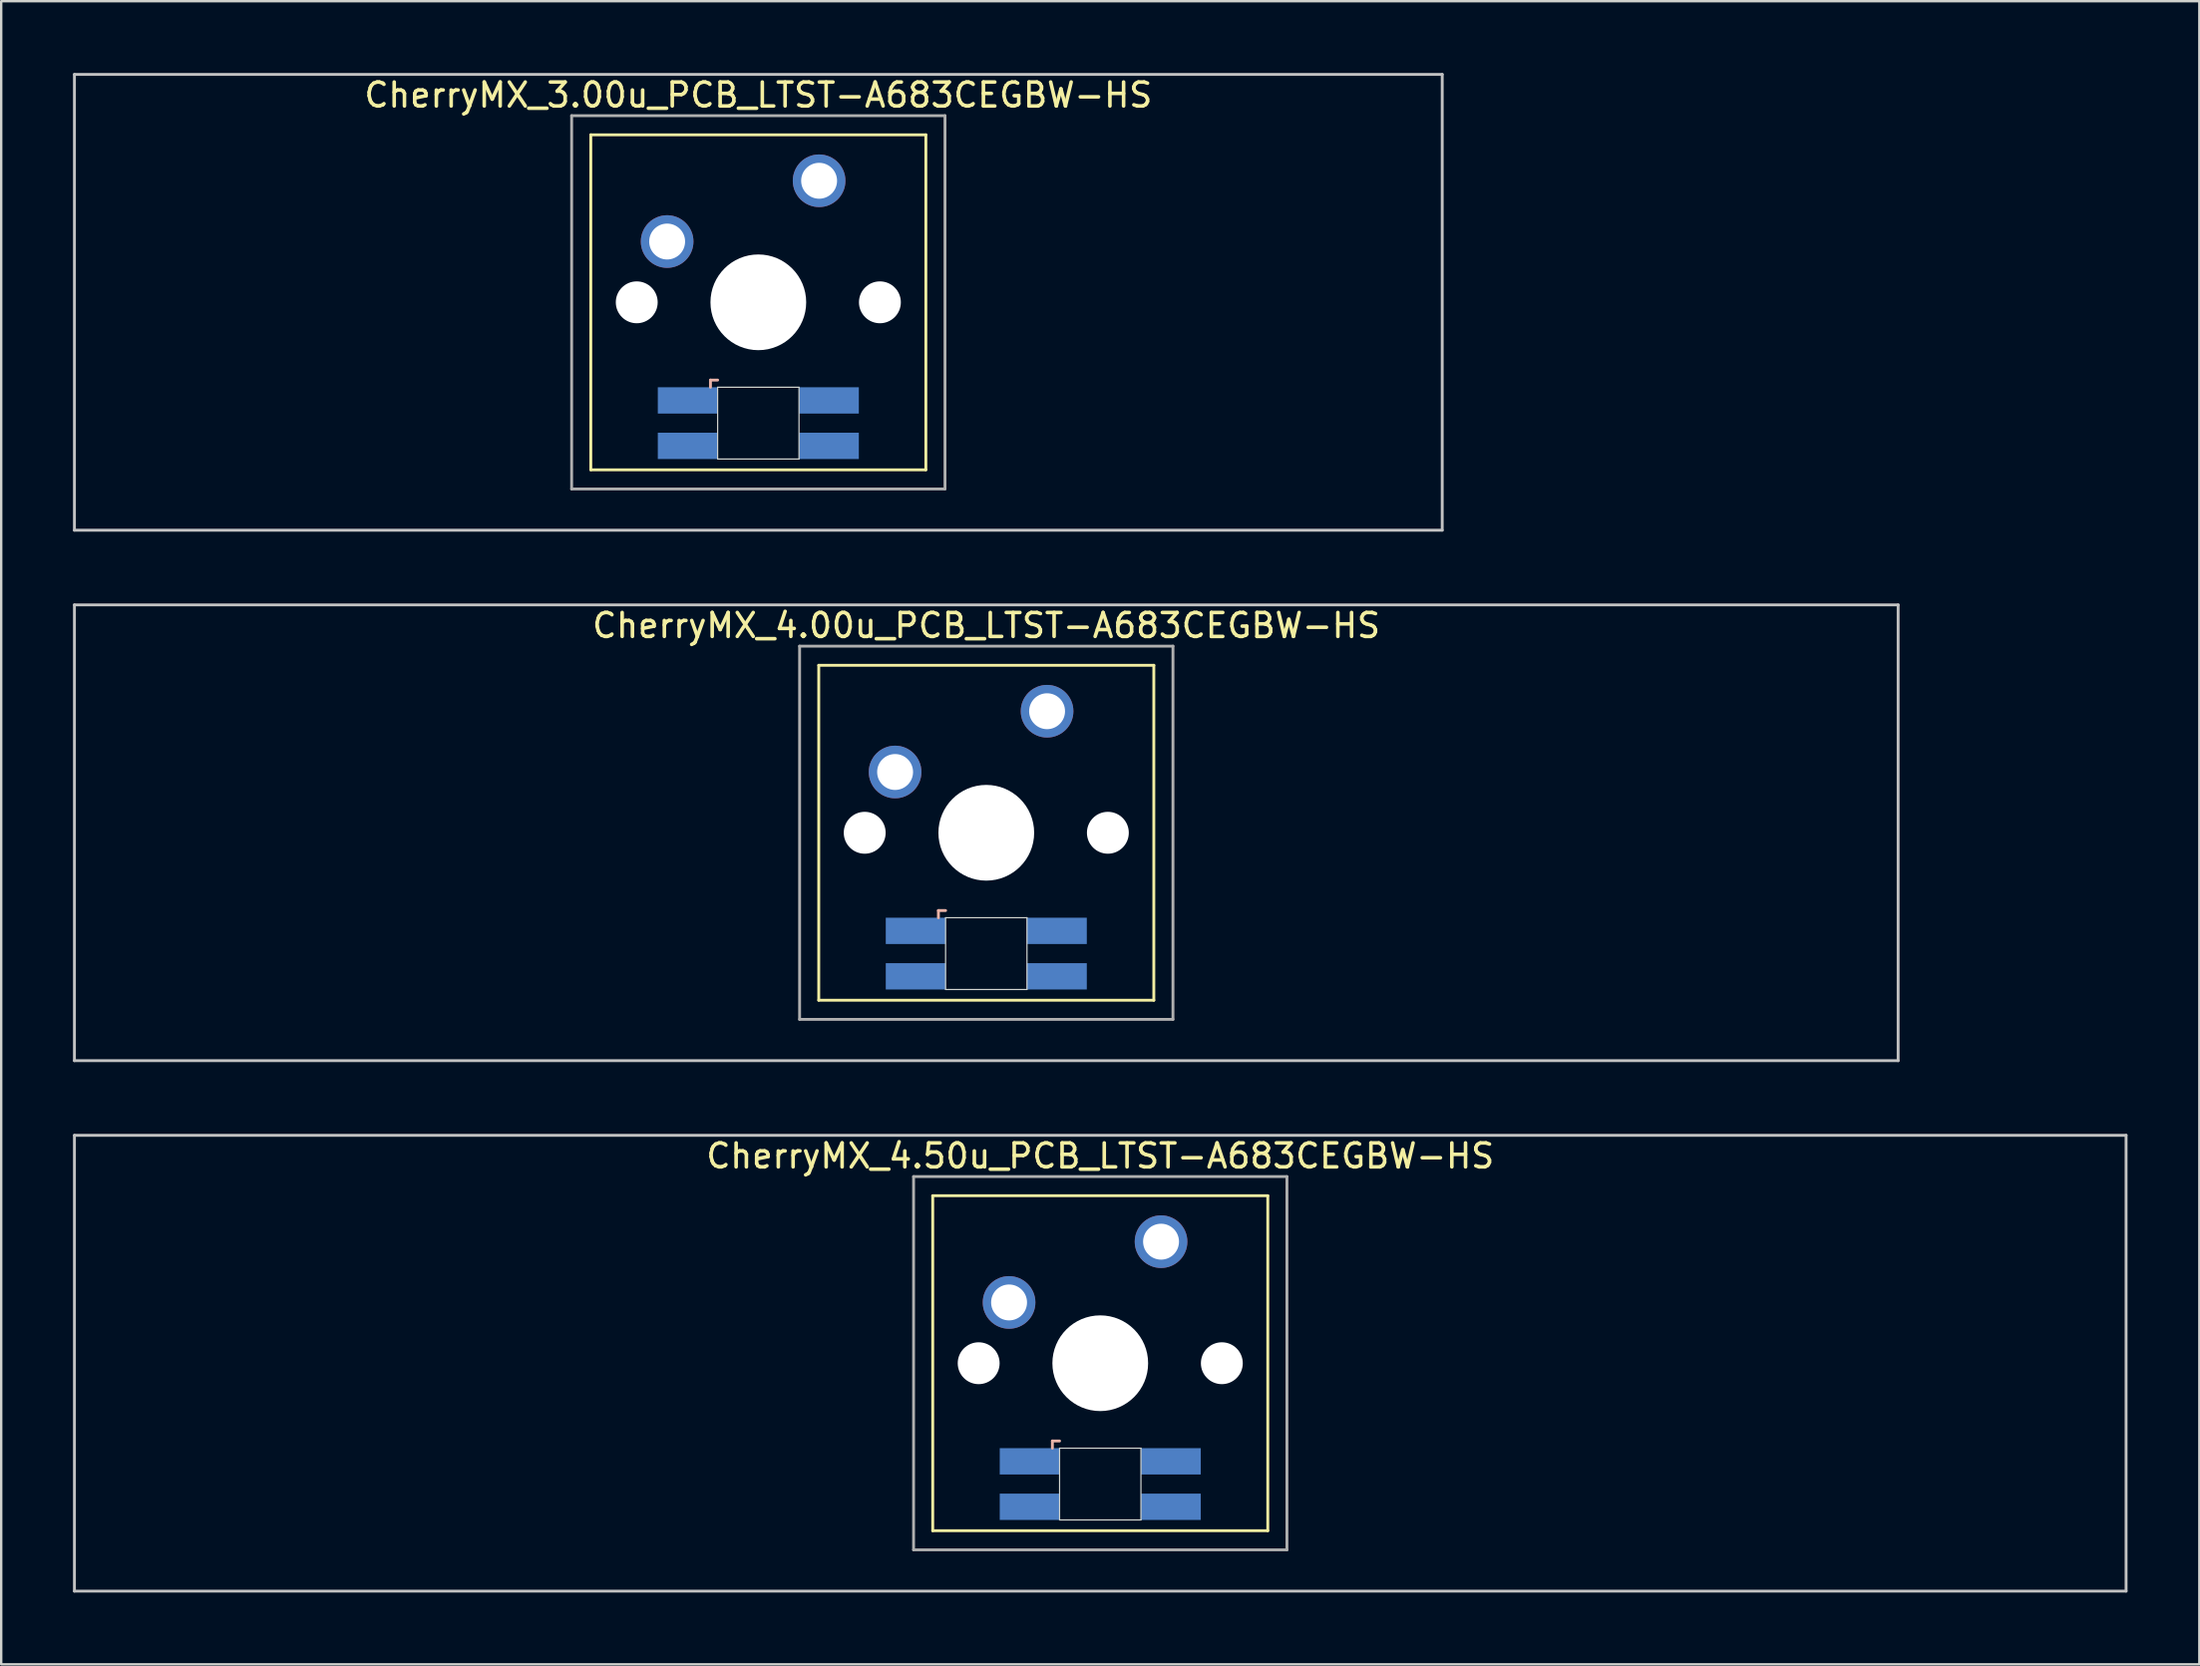
<source format=kicad_pcb>
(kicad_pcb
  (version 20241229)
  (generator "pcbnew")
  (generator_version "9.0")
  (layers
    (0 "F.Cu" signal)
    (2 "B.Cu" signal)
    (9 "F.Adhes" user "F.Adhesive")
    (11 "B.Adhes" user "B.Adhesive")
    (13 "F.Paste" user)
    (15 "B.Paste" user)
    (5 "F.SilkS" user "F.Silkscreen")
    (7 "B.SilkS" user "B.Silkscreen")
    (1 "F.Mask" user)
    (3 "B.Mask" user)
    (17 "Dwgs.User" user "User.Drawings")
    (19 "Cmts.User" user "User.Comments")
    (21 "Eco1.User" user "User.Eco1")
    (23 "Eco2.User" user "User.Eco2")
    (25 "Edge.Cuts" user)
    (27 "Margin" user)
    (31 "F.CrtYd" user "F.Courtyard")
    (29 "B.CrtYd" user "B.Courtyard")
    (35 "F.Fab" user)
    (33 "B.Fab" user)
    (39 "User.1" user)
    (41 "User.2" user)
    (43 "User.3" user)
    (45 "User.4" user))
  (footprint "CherryMX_4.50u_PCB_LTST-A683CEGBW-HS"
    (layer "F.Cu")
    (at 42.922 53.925)
    (property "Reference" "CherryMX_4.50u_PCB_LTST-A683CEGBW-HS" (at 0 -8.662 0) (layer "F.SilkS") (effects (font (size 1 1) (thickness 0.15))))
    (attr through_hole)
    (fp_line (start -7 -7) (end -7 7) (stroke (width 0.12) (type solid)) (layer "F.SilkS"))
    (fp_line (start -7 -7) (end 7 -7) (stroke (width 0.12) (type solid)) (layer "F.SilkS"))
    (fp_line (start 7 -7) (end 7 7) (stroke (width 0.12) (type solid)) (layer "F.SilkS"))
    (fp_line (start 7 7) (end -7 7) (stroke (width 0.12) (type solid)) (layer "F.SilkS"))
    (fp_line (start -2 3.25) (end -2 3.55) (stroke (width 0.12) (type solid)) (layer "B.SilkS"))
    (fp_line (start -1.7 3.25) (end -2 3.25) (stroke (width 0.12) (type solid)) (layer "B.SilkS"))
    (fp_line (start -42.862 -9.525) (end 42.862 -9.525) (stroke (width 0.12) (type solid)) (layer "Dwgs.User"))
    (fp_line (start -42.862 9.525) (end -42.862 -9.525) (stroke (width 0.12) (type solid)) (layer "Dwgs.User"))
    (fp_line (start 42.862 -9.525) (end 42.862 9.525) (stroke (width 0.12) (type solid)) (layer "Dwgs.User"))
    (fp_line (start 42.862 9.525) (end -42.862 9.525) (stroke (width 0.12) (type solid)) (layer "Dwgs.User"))
    (fp_line (start -1.7 3.55) (end 1.7 3.55) (stroke (width 0.05) (type solid)) (layer "Edge.Cuts"))
    (fp_line (start -1.7 6.55) (end -1.7 3.55) (stroke (width 0.05) (type solid)) (layer "Edge.Cuts"))
    (fp_line (start 1.7 3.55) (end 1.7 6.55) (stroke (width 0.05) (type solid)) (layer "Edge.Cuts"))
    (fp_line (start 1.7 6.55) (end -1.7 6.55) (stroke (width 0.05) (type solid)) (layer "Edge.Cuts"))
    (fp_line (start -7.8 -7.8) (end -7.8 7.8) (stroke (width 0.12) (type solid)) (layer "F.Fab"))
    (fp_line (start -7.8 -7.8) (end 7.8 -7.8) (stroke (width 0.12) (type solid)) (layer "F.Fab"))
    (fp_line (start -7.8 7.8) (end 7.8 7.8) (stroke (width 0.12) (type solid)) (layer "F.Fab"))
    (fp_line (start 7.8 -7.8) (end 7.8 7.8) (stroke (width 0.12) (type solid)) (layer "F.Fab"))
    (pad "" np_thru_hole circle (at -5.08 0) (size 1.75 1.75) (drill 1.75) (layers "*.Cu" "*.Mask"))
    (pad "" np_thru_hole circle (at 0 0) (size 4 4) (drill 4) (layers "*.Cu" "*.Mask"))
    (pad "" np_thru_hole circle (at 5.08 0) (size 1.75 1.75) (drill 1.75) (layers "*.Cu" "*.Mask"))
    (pad "1" thru_hole circle (at -3.81 -2.54) (size 2.2 2.2) (drill 1.5) (layers "*.Cu" "*.Mask"))
    (pad "2" thru_hole circle (at 2.54 -5.08) (size 2.2 2.2) (drill 1.5) (layers "*.Cu" "*.Mask"))
    (pad "3" smd rect (at -2.95 4.1) (size 2.5 1.1) (layers "B.Cu" "B.Mask" "B.Paste"))
    (pad "4" smd rect (at -2.95 6) (size 2.5 1.1) (layers "B.Cu" "B.Mask" "B.Paste"))
    (pad "5" smd rect (at 2.95 4.1) (size 2.5 1.1) (layers "B.Cu" "B.Mask" "B.Paste"))
    (pad "6" smd rect (at 2.95 6) (size 2.5 1.1) (layers "B.Cu" "B.Mask" "B.Paste")))
  (footprint "CherryMX_4.00u_PCB_LTST-A683CEGBW-HS"
    (layer "F.Cu")
    (at 38.16 31.755)
    (property "Reference" "CherryMX_4.00u_PCB_LTST-A683CEGBW-HS" (at 0 -8.662 0) (layer "F.SilkS") (effects (font (size 1 1) (thickness 0.15))))
    (attr through_hole)
    (fp_line (start -7 -7) (end -7 7) (stroke (width 0.12) (type solid)) (layer "F.SilkS"))
    (fp_line (start -7 -7) (end 7 -7) (stroke (width 0.12) (type solid)) (layer "F.SilkS"))
    (fp_line (start 7 -7) (end 7 7) (stroke (width 0.12) (type solid)) (layer "F.SilkS"))
    (fp_line (start 7 7) (end -7 7) (stroke (width 0.12) (type solid)) (layer "F.SilkS"))
    (fp_line (start -2 3.25) (end -2 3.55) (stroke (width 0.12) (type solid)) (layer "B.SilkS"))
    (fp_line (start -1.7 3.25) (end -2 3.25) (stroke (width 0.12) (type solid)) (layer "B.SilkS"))
    (fp_line (start -38.1 -9.525) (end 38.1 -9.525) (stroke (width 0.12) (type solid)) (layer "Dwgs.User"))
    (fp_line (start -38.1 9.525) (end -38.1 -9.525) (stroke (width 0.12) (type solid)) (layer "Dwgs.User"))
    (fp_line (start 38.1 -9.525) (end 38.1 9.525) (stroke (width 0.12) (type solid)) (layer "Dwgs.User"))
    (fp_line (start 38.1 9.525) (end -38.1 9.525) (stroke (width 0.12) (type solid)) (layer "Dwgs.User"))
    (fp_line (start -1.7 3.55) (end 1.7 3.55) (stroke (width 0.05) (type solid)) (layer "Edge.Cuts"))
    (fp_line (start -1.7 6.55) (end -1.7 3.55) (stroke (width 0.05) (type solid)) (layer "Edge.Cuts"))
    (fp_line (start 1.7 3.55) (end 1.7 6.55) (stroke (width 0.05) (type solid)) (layer "Edge.Cuts"))
    (fp_line (start 1.7 6.55) (end -1.7 6.55) (stroke (width 0.05) (type solid)) (layer "Edge.Cuts"))
    (fp_line (start -7.8 -7.8) (end -7.8 7.8) (stroke (width 0.12) (type solid)) (layer "F.Fab"))
    (fp_line (start -7.8 -7.8) (end 7.8 -7.8) (stroke (width 0.12) (type solid)) (layer "F.Fab"))
    (fp_line (start -7.8 7.8) (end 7.8 7.8) (stroke (width 0.12) (type solid)) (layer "F.Fab"))
    (fp_line (start 7.8 -7.8) (end 7.8 7.8) (stroke (width 0.12) (type solid)) (layer "F.Fab"))
    (pad "" np_thru_hole circle (at -5.08 0) (size 1.75 1.75) (drill 1.75) (layers "*.Cu" "*.Mask"))
    (pad "" np_thru_hole circle (at 0 0) (size 4 4) (drill 4) (layers "*.Cu" "*.Mask"))
    (pad "" np_thru_hole circle (at 5.08 0) (size 1.75 1.75) (drill 1.75) (layers "*.Cu" "*.Mask"))
    (pad "1" thru_hole circle (at -3.81 -2.54) (size 2.2 2.2) (drill 1.5) (layers "*.Cu" "*.Mask"))
    (pad "2" thru_hole circle (at 2.54 -5.08) (size 2.2 2.2) (drill 1.5) (layers "*.Cu" "*.Mask"))
    (pad "3" smd rect (at -2.95 4.1) (size 2.5 1.1) (layers "B.Cu" "B.Mask" "B.Paste"))
    (pad "4" smd rect (at -2.95 6) (size 2.5 1.1) (layers "B.Cu" "B.Mask" "B.Paste"))
    (pad "5" smd rect (at 2.95 4.1) (size 2.5 1.1) (layers "B.Cu" "B.Mask" "B.Paste"))
    (pad "6" smd rect (at 2.95 6) (size 2.5 1.1) (layers "B.Cu" "B.Mask" "B.Paste")))
  (footprint "CherryMX_3.00u_PCB_LTST-A683CEGBW-HS"
    (layer "F.Cu")
    (at 28.635 9.585)
    (property "Reference" "CherryMX_3.00u_PCB_LTST-A683CEGBW-HS" (at 0 -8.662 0) (layer "F.SilkS") (effects (font (size 1 1) (thickness 0.15))))
    (attr through_hole)
    (fp_line (start -7 -7) (end -7 7) (stroke (width 0.12) (type solid)) (layer "F.SilkS"))
    (fp_line (start -7 -7) (end 7 -7) (stroke (width 0.12) (type solid)) (layer "F.SilkS"))
    (fp_line (start 7 -7) (end 7 7) (stroke (width 0.12) (type solid)) (layer "F.SilkS"))
    (fp_line (start 7 7) (end -7 7) (stroke (width 0.12) (type solid)) (layer "F.SilkS"))
    (fp_line (start -2 3.25) (end -2 3.55) (stroke (width 0.12) (type solid)) (layer "B.SilkS"))
    (fp_line (start -1.7 3.25) (end -2 3.25) (stroke (width 0.12) (type solid)) (layer "B.SilkS"))
    (fp_line (start -28.575 -9.525) (end 28.575 -9.525) (stroke (width 0.12) (type solid)) (layer "Dwgs.User"))
    (fp_line (start -28.575 9.525) (end -28.575 -9.525) (stroke (width 0.12) (type solid)) (layer "Dwgs.User"))
    (fp_line (start 28.575 -9.525) (end 28.575 9.525) (stroke (width 0.12) (type solid)) (layer "Dwgs.User"))
    (fp_line (start 28.575 9.525) (end -28.575 9.525) (stroke (width 0.12) (type solid)) (layer "Dwgs.User"))
    (fp_line (start -1.7 3.55) (end 1.7 3.55) (stroke (width 0.05) (type solid)) (layer "Edge.Cuts"))
    (fp_line (start -1.7 6.55) (end -1.7 3.55) (stroke (width 0.05) (type solid)) (layer "Edge.Cuts"))
    (fp_line (start 1.7 3.55) (end 1.7 6.55) (stroke (width 0.05) (type solid)) (layer "Edge.Cuts"))
    (fp_line (start 1.7 6.55) (end -1.7 6.55) (stroke (width 0.05) (type solid)) (layer "Edge.Cuts"))
    (fp_line (start -7.8 -7.8) (end -7.8 7.8) (stroke (width 0.12) (type solid)) (layer "F.Fab"))
    (fp_line (start -7.8 -7.8) (end 7.8 -7.8) (stroke (width 0.12) (type solid)) (layer "F.Fab"))
    (fp_line (start -7.8 7.8) (end 7.8 7.8) (stroke (width 0.12) (type solid)) (layer "F.Fab"))
    (fp_line (start 7.8 -7.8) (end 7.8 7.8) (stroke (width 0.12) (type solid)) (layer "F.Fab"))
    (pad "" np_thru_hole circle (at -5.08 0) (size 1.75 1.75) (drill 1.75) (layers "*.Cu" "*.Mask"))
    (pad "" np_thru_hole circle (at 0 0) (size 4 4) (drill 4) (layers "*.Cu" "*.Mask"))
    (pad "" np_thru_hole circle (at 5.08 0) (size 1.75 1.75) (drill 1.75) (layers "*.Cu" "*.Mask"))
    (pad "1" thru_hole circle (at -3.81 -2.54) (size 2.2 2.2) (drill 1.5) (layers "*.Cu" "*.Mask"))
    (pad "2" thru_hole circle (at 2.54 -5.08) (size 2.2 2.2) (drill 1.5) (layers "*.Cu" "*.Mask"))
    (pad "3" smd rect (at -2.95 4.1) (size 2.5 1.1) (layers "B.Cu" "B.Mask" "B.Paste"))
    (pad "4" smd rect (at -2.95 6) (size 2.5 1.1) (layers "B.Cu" "B.Mask" "B.Paste"))
    (pad "5" smd rect (at 2.95 4.1) (size 2.5 1.1) (layers "B.Cu" "B.Mask" "B.Paste"))
    (pad "6" smd rect (at 2.95 6) (size 2.5 1.1) (layers "B.Cu" "B.Mask" "B.Paste")))
  (gr_rect
    (start -3 -3)
    (end 88.845 66.51)
    (stroke (width 0.1) (type default))
    (fill no)
    (layer "Edge.Cuts")))
</source>
